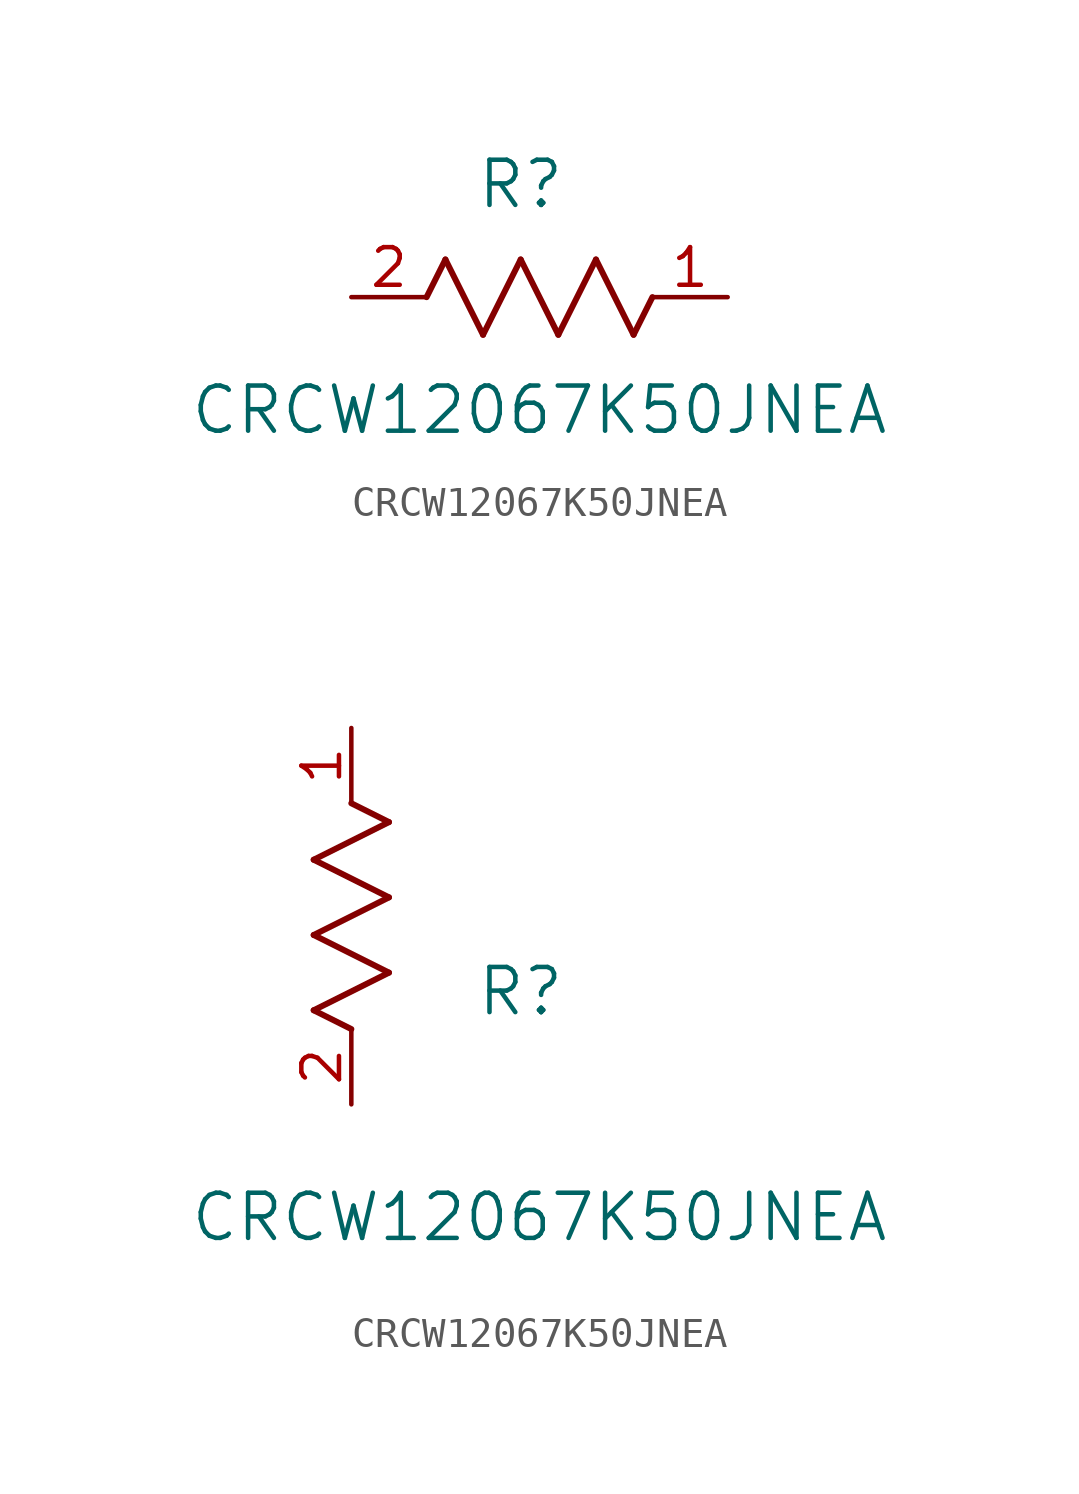
<source format=kicad_sym>
(kicad_symbol_lib
  (version 20211014)
  (generator kicad_symbol_editor)
  (symbol "CRCW12067K50JNEA"
    (pin_names
      (offset 0.254))
    (property "Reference" "R"
      (at 5.715 3.81 0)
      (effects (font (size 1.524 1.524))))
    (property "Value" "CRCW12067K50JNEA"
      (at 6.35 -3.81 0)
      (effects (font (size 1.524 1.524))))
    (symbol "CRCW12067K50JNEA_1_1"
      (polyline (pts (xy 3.175 1.27) (xy 4.445 -1.27)) (stroke (width 0.203) (type default) (color 0 0 0 0)) (fill (type none)))
      (polyline (pts (xy 4.445 -1.27) (xy 5.715 1.27)) (stroke (width 0.203) (type default) (color 0 0 0 0)) (fill (type none)))
      (polyline (pts (xy 5.715 1.27) (xy 6.985 -1.27)) (stroke (width 0.203) (type default) (color 0 0 0 0)) (fill (type none)))
      (polyline (pts (xy 6.985 -1.27) (xy 8.255 1.27)) (stroke (width 0.203) (type default) (color 0 0 0 0)) (fill (type none)))
      (polyline (pts (xy 8.255 1.27) (xy 9.525 -1.27)) (stroke (width 0.203) (type default) (color 0 0 0 0)) (fill (type none)))
      (polyline (pts (xy 2.54 0) (xy 3.175 1.27)) (stroke (width 0.203) (type default) (color 0 0 0 0)) (fill (type none)))
      (polyline (pts (xy 9.525 -1.27) (xy 10.16 0)) (stroke (width 0.203) (type default) (color 0 0 0 0)) (fill (type none)))
      (pin unspecified line (at 12.7 0 180) (length 2.54) (name "" (effects (font (size 1.27 1.27)))) (number "1" (effects (font (size 1.27 1.27)))))
      (pin unspecified line (at 0 0 0) (length 2.54) (name "" (effects (font (size 1.27 1.27)))) (number "2" (effects (font (size 1.27 1.27))))))
    (symbol "CRCW12067K50JNEA_1_2"
      (polyline (pts (xy 0 2.54) (xy -1.27 3.175)) (stroke (width 0.203) (type default) (color 0 0 0 0)) (fill (type none)))
      (polyline (pts (xy -1.27 3.175) (xy 1.27 4.445)) (stroke (width 0.203) (type default) (color 0 0 0 0)) (fill (type none)))
      (polyline (pts (xy 1.27 4.445) (xy -1.27 5.715)) (stroke (width 0.203) (type default) (color 0 0 0 0)) (fill (type none)))
      (polyline (pts (xy -1.27 5.715) (xy 1.27 6.985)) (stroke (width 0.203) (type default) (color 0 0 0 0)) (fill (type none)))
      (polyline (pts (xy -1.27 8.255) (xy 1.27 9.525)) (stroke (width 0.203) (type default) (color 0 0 0 0)) (fill (type none)))
      (polyline (pts (xy 1.27 9.525) (xy 0 10.16)) (stroke (width 0.203) (type default) (color 0 0 0 0)) (fill (type none)))
      (polyline (pts (xy 1.27 6.985) (xy -1.27 8.255)) (stroke (width 0.203) (type default) (color 0 0 0 0)) (fill (type none)))
      (pin unspecified line (at 0 12.7 270) (length 2.54) (name "" (effects (font (size 1.27 1.27)))) (number "1" (effects (font (size 1.27 1.27)))))
      (pin unspecified line (at 0 0 90) (length 2.54) (name "" (effects (font (size 1.27 1.27)))) (number "2" (effects (font (size 1.27 1.27))))))))
</source>
